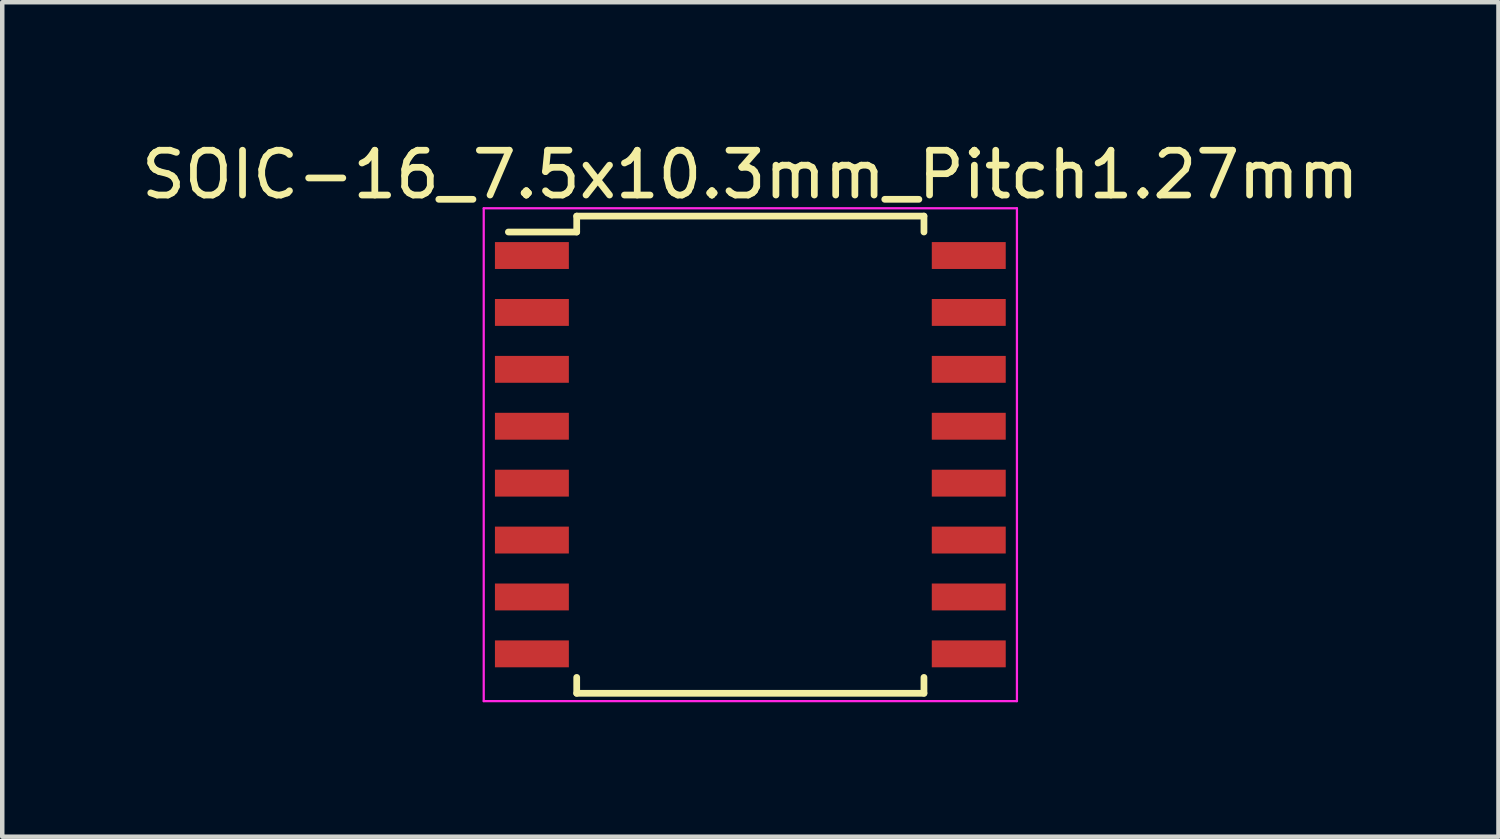
<source format=kicad_pcb>
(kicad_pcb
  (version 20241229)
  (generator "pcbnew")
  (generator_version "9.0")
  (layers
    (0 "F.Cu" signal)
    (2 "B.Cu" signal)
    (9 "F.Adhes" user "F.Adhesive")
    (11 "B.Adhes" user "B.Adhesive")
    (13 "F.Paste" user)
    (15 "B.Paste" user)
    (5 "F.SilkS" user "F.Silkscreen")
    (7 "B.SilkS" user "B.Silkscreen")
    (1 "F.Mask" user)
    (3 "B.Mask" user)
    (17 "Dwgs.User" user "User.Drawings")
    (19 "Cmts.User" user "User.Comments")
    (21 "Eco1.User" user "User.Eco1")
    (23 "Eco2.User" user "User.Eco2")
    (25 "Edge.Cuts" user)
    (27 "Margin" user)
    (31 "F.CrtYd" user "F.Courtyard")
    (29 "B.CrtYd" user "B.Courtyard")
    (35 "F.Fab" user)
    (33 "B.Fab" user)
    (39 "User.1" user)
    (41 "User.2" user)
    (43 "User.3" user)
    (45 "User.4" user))
  (footprint "SOIC-16_7.5x10.3mm_Pitch1.27mm"
    (layer "F.Cu")
    (at 13.696 7.098)
    (property "Reference" "SOIC-16_7.5x10.3mm_Pitch1.27mm" (at 0 -6.25 0) (layer "F.SilkS") (effects (font (size 1 1) (thickness 0.15))))
    (attr smd)
    (fp_line (start -3.875 -5.325) (end -3.875 -4.97) (stroke (width 0.15) (type solid)) (layer "F.SilkS"))
    (fp_line (start -3.875 -5.325) (end 3.875 -5.325) (stroke (width 0.15) (type solid)) (layer "F.SilkS"))
    (fp_line (start -3.875 -4.97) (end -5.4 -4.97) (stroke (width 0.15) (type solid)) (layer "F.SilkS"))
    (fp_line (start -3.875 5.325) (end -3.875 4.97) (stroke (width 0.15) (type solid)) (layer "F.SilkS"))
    (fp_line (start -3.875 5.325) (end 3.875 5.325) (stroke (width 0.15) (type solid)) (layer "F.SilkS"))
    (fp_line (start 3.875 -5.325) (end 3.875 -4.97) (stroke (width 0.15) (type solid)) (layer "F.SilkS"))
    (fp_line (start 3.875 5.325) (end 3.875 4.97) (stroke (width 0.15) (type solid)) (layer "F.SilkS"))
    (fp_line (start -5.95 -5.5) (end -5.95 5.5) (stroke (width 0.05) (type solid)) (layer "F.CrtYd"))
    (fp_line (start -5.95 5.5) (end 5.95 5.5) (stroke (width 0.05) (type solid)) (layer "F.CrtYd"))
    (fp_line (start 5.95 -5.5) (end -5.95 -5.5) (stroke (width 0.05) (type solid)) (layer "F.CrtYd"))
    (fp_line (start 5.95 -5.5) (end 5.95 5.5) (stroke (width 0.05) (type solid)) (layer "F.CrtYd"))
    (pad "1" smd rect (at -4.875 -4.445) (size 1.65 0.6) (layers "F.Cu" "F.Mask" "F.Paste"))
    (pad "2" smd rect (at -4.875 -3.175) (size 1.65 0.6) (layers "F.Cu" "F.Mask" "F.Paste"))
    (pad "3" smd rect (at -4.875 -1.905) (size 1.65 0.6) (layers "F.Cu" "F.Mask" "F.Paste"))
    (pad "4" smd rect (at -4.875 -0.635) (size 1.65 0.6) (layers "F.Cu" "F.Mask" "F.Paste"))
    (pad "5" smd rect (at -4.875 0.635) (size 1.65 0.6) (layers "F.Cu" "F.Mask" "F.Paste"))
    (pad "6" smd rect (at -4.875 1.905) (size 1.65 0.6) (layers "F.Cu" "F.Mask" "F.Paste"))
    (pad "7" smd rect (at -4.875 3.175) (size 1.65 0.6) (layers "F.Cu" "F.Mask" "F.Paste"))
    (pad "8" smd rect (at -4.875 4.445) (size 1.65 0.6) (layers "F.Cu" "F.Mask" "F.Paste"))
    (pad "9" smd rect (at 4.875 4.445) (size 1.65 0.6) (layers "F.Cu" "F.Mask" "F.Paste"))
    (pad "10" smd rect (at 4.875 3.175) (size 1.65 0.6) (layers "F.Cu" "F.Mask" "F.Paste"))
    (pad "11" smd rect (at 4.875 1.905) (size 1.65 0.6) (layers "F.Cu" "F.Mask" "F.Paste"))
    (pad "12" smd rect (at 4.875 0.635) (size 1.65 0.6) (layers "F.Cu" "F.Mask" "F.Paste"))
    (pad "13" smd rect (at 4.875 -0.635) (size 1.65 0.6) (layers "F.Cu" "F.Mask" "F.Paste"))
    (pad "14" smd rect (at 4.875 -1.905) (size 1.65 0.6) (layers "F.Cu" "F.Mask" "F.Paste"))
    (pad "15" smd rect (at 4.875 -3.175) (size 1.65 0.6) (layers "F.Cu" "F.Mask" "F.Paste"))
    (pad "16" smd rect (at 4.875 -4.445) (size 1.65 0.6) (layers "F.Cu" "F.Mask" "F.Paste")))
  (gr_rect
    (start -3 -3)
    (end 30.393 15.623)
    (stroke (width 0.1) (type default))
    (fill no)
    (layer "Edge.Cuts")))
</source>
